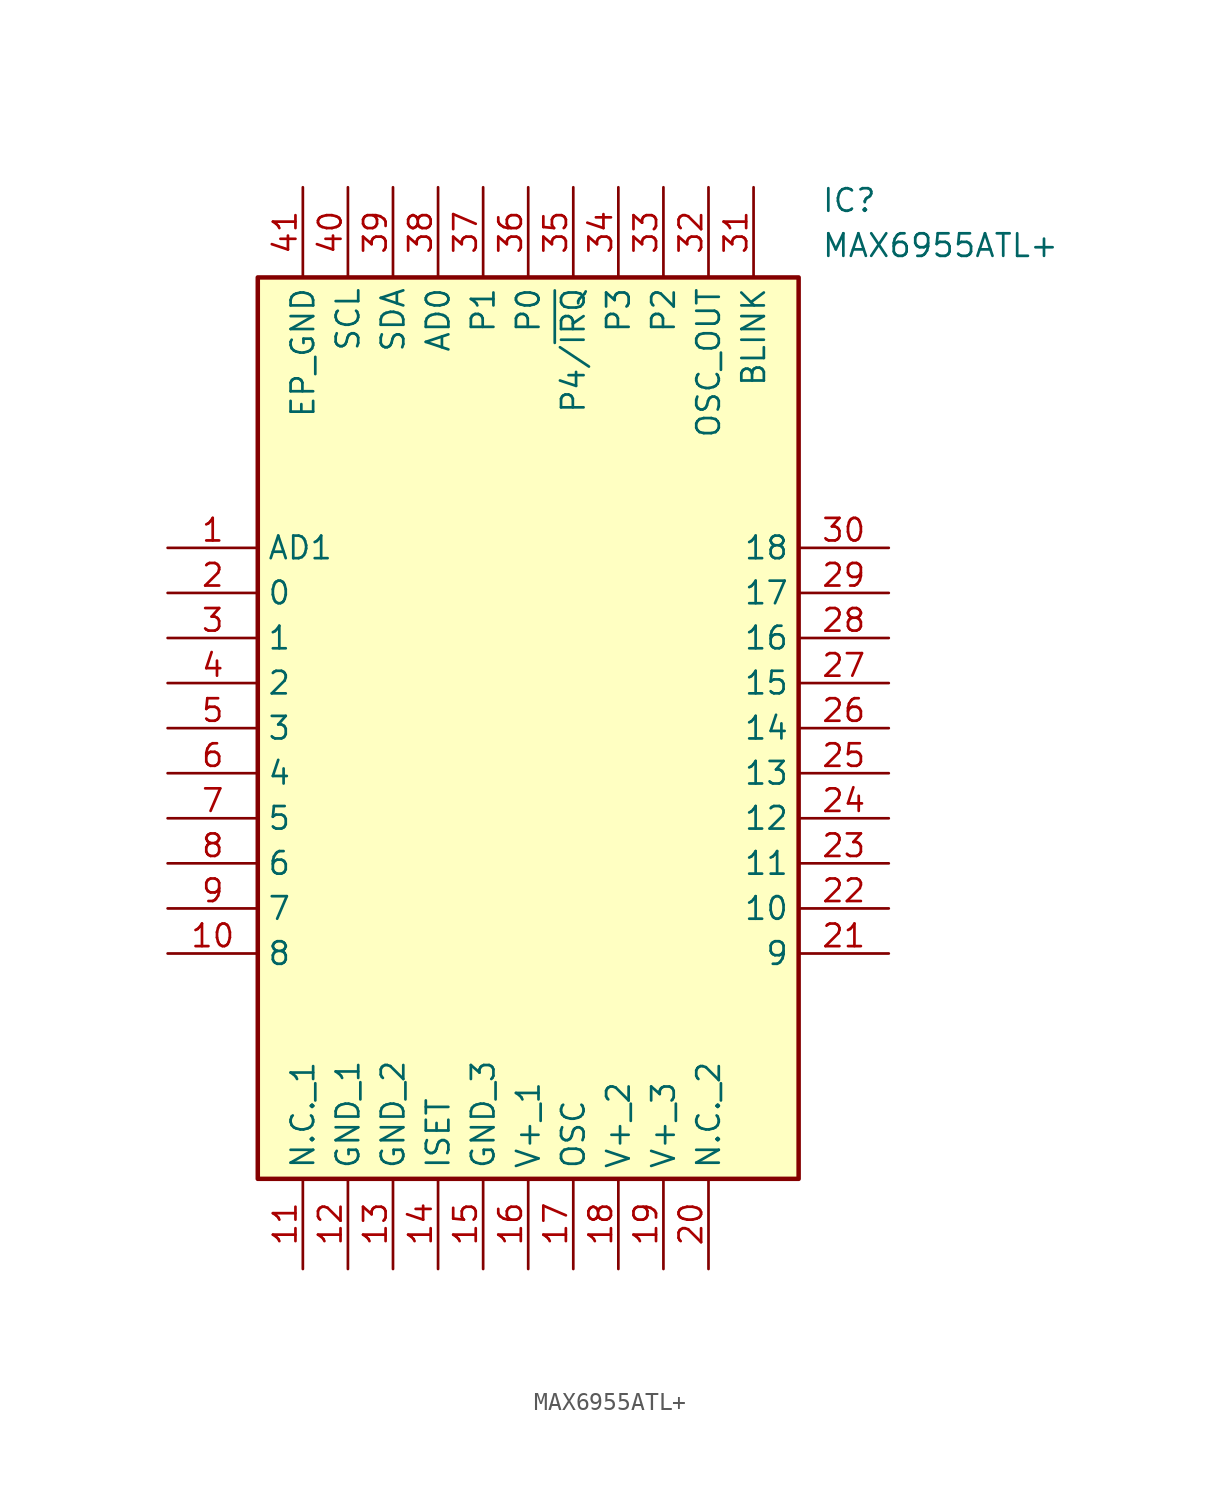
<source format=kicad_sym>
(kicad_symbol_lib
  (version 20211014)
  (generator SamacSys_ECAD_Model)
  (symbol "MAX6955ATL+"
    (property "Reference" "IC"
      (at 36.83 20.32 0)
      (effects (font (size 1.27 1.27)) (justify left top)))
    (property "Value" "MAX6955ATL+"
      (at 36.83 17.78 0)
      (effects (font (size 1.27 1.27)) (justify left top)))
    (rectangle
      (start 5.08 15.24)
      (end 35.56 -35.56)
      (stroke (width 0.254) (type default))
      (fill (type background)))
    (pin passive line
      (at 0 0 0)
      (length 5.08)
      (name "AD1" (effects (font (size 1.27 1.27))))
      (number "1" (effects (font (size 1.27 1.27)))))
    (pin passive line
      (at 0 -2.54 0)
      (length 5.08)
      (name "0" (effects (font (size 1.27 1.27))))
      (number "2" (effects (font (size 1.27 1.27)))))
    (pin passive line
      (at 0 -5.08 0)
      (length 5.08)
      (name "1" (effects (font (size 1.27 1.27))))
      (number "3" (effects (font (size 1.27 1.27)))))
    (pin passive line
      (at 0 -7.62 0)
      (length 5.08)
      (name "2" (effects (font (size 1.27 1.27))))
      (number "4" (effects (font (size 1.27 1.27)))))
    (pin passive line
      (at 0 -10.16 0)
      (length 5.08)
      (name "3" (effects (font (size 1.27 1.27))))
      (number "5" (effects (font (size 1.27 1.27)))))
    (pin passive line
      (at 0 -12.7 0)
      (length 5.08)
      (name "4" (effects (font (size 1.27 1.27))))
      (number "6" (effects (font (size 1.27 1.27)))))
    (pin passive line
      (at 0 -15.24 0)
      (length 5.08)
      (name "5" (effects (font (size 1.27 1.27))))
      (number "7" (effects (font (size 1.27 1.27)))))
    (pin passive line
      (at 0 -17.78 0)
      (length 5.08)
      (name "6" (effects (font (size 1.27 1.27))))
      (number "8" (effects (font (size 1.27 1.27)))))
    (pin passive line
      (at 0 -20.32 0)
      (length 5.08)
      (name "7" (effects (font (size 1.27 1.27))))
      (number "9" (effects (font (size 1.27 1.27)))))
    (pin passive line
      (at 0 -22.86 0)
      (length 5.08)
      (name "8" (effects (font (size 1.27 1.27))))
      (number "10" (effects (font (size 1.27 1.27)))))
    (pin passive line
      (at 7.62 -40.64 90)
      (length 5.08)
      (name "N.C._1" (effects (font (size 1.27 1.27))))
      (number "11" (effects (font (size 1.27 1.27)))))
    (pin power_in line
      (at 10.16 -40.64 90)
      (length 5.08)
      (name "GND_1" (effects (font (size 1.27 1.27))))
      (number "12" (effects (font (size 1.27 1.27)))))
    (pin power_in line
      (at 12.7 -40.64 90)
      (length 5.08)
      (name "GND_2" (effects (font (size 1.27 1.27))))
      (number "13" (effects (font (size 1.27 1.27)))))
    (pin passive line
      (at 15.24 -40.64 90)
      (length 5.08)
      (name "ISET" (effects (font (size 1.27 1.27))))
      (number "14" (effects (font (size 1.27 1.27)))))
    (pin power_in line
      (at 17.78 -40.64 90)
      (length 5.08)
      (name "GND_3" (effects (font (size 1.27 1.27))))
      (number "15" (effects (font (size 1.27 1.27)))))
    (pin passive line
      (at 20.32 -40.64 90)
      (length 5.08)
      (name "V+_1" (effects (font (size 1.27 1.27))))
      (number "16" (effects (font (size 1.27 1.27)))))
    (pin passive line
      (at 22.86 -40.64 90)
      (length 5.08)
      (name "OSC" (effects (font (size 1.27 1.27))))
      (number "17" (effects (font (size 1.27 1.27)))))
    (pin passive line
      (at 25.4 -40.64 90)
      (length 5.08)
      (name "V+_2" (effects (font (size 1.27 1.27))))
      (number "18" (effects (font (size 1.27 1.27)))))
    (pin passive line
      (at 27.94 -40.64 90)
      (length 5.08)
      (name "V+_3" (effects (font (size 1.27 1.27))))
      (number "19" (effects (font (size 1.27 1.27)))))
    (pin passive line
      (at 30.48 -40.64 90)
      (length 5.08)
      (name "N.C._2" (effects (font (size 1.27 1.27))))
      (number "20" (effects (font (size 1.27 1.27)))))
    (pin passive line
      (at 40.64 0 180)
      (length 5.08)
      (name "18" (effects (font (size 1.27 1.27))))
      (number "30" (effects (font (size 1.27 1.27)))))
    (pin passive line
      (at 40.64 -2.54 180)
      (length 5.08)
      (name "17" (effects (font (size 1.27 1.27))))
      (number "29" (effects (font (size 1.27 1.27)))))
    (pin passive line
      (at 40.64 -5.08 180)
      (length 5.08)
      (name "16" (effects (font (size 1.27 1.27))))
      (number "28" (effects (font (size 1.27 1.27)))))
    (pin passive line
      (at 40.64 -7.62 180)
      (length 5.08)
      (name "15" (effects (font (size 1.27 1.27))))
      (number "27" (effects (font (size 1.27 1.27)))))
    (pin passive line
      (at 40.64 -10.16 180)
      (length 5.08)
      (name "14" (effects (font (size 1.27 1.27))))
      (number "26" (effects (font (size 1.27 1.27)))))
    (pin passive line
      (at 40.64 -12.7 180)
      (length 5.08)
      (name "13" (effects (font (size 1.27 1.27))))
      (number "25" (effects (font (size 1.27 1.27)))))
    (pin passive line
      (at 40.64 -15.24 180)
      (length 5.08)
      (name "12" (effects (font (size 1.27 1.27))))
      (number "24" (effects (font (size 1.27 1.27)))))
    (pin passive line
      (at 40.64 -17.78 180)
      (length 5.08)
      (name "11" (effects (font (size 1.27 1.27))))
      (number "23" (effects (font (size 1.27 1.27)))))
    (pin passive line
      (at 40.64 -20.32 180)
      (length 5.08)
      (name "10" (effects (font (size 1.27 1.27))))
      (number "22" (effects (font (size 1.27 1.27)))))
    (pin passive line
      (at 40.64 -22.86 180)
      (length 5.08)
      (name "9" (effects (font (size 1.27 1.27))))
      (number "21" (effects (font (size 1.27 1.27)))))
    (pin power_in line
      (at 7.62 20.32 270)
      (length 5.08)
      (name "EP_GND" (effects (font (size 1.27 1.27))))
      (number "41" (effects (font (size 1.27 1.27)))))
    (pin passive line
      (at 10.16 20.32 270)
      (length 5.08)
      (name "SCL" (effects (font (size 1.27 1.27))))
      (number "40" (effects (font (size 1.27 1.27)))))
    (pin passive line
      (at 12.7 20.32 270)
      (length 5.08)
      (name "SDA" (effects (font (size 1.27 1.27))))
      (number "39" (effects (font (size 1.27 1.27)))))
    (pin passive line
      (at 15.24 20.32 270)
      (length 5.08)
      (name "AD0" (effects (font (size 1.27 1.27))))
      (number "38" (effects (font (size 1.27 1.27)))))
    (pin passive line
      (at 17.78 20.32 270)
      (length 5.08)
      (name "P1" (effects (font (size 1.27 1.27))))
      (number "37" (effects (font (size 1.27 1.27)))))
    (pin passive line
      (at 20.32 20.32 270)
      (length 5.08)
      (name "P0" (effects (font (size 1.27 1.27))))
      (number "36" (effects (font (size 1.27 1.27)))))
    (pin passive line
      (at 22.86 20.32 270)
      (length 5.08)
      (name "P4/~{IRQ}" (effects (font (size 1.27 1.27))))
      (number "35" (effects (font (size 1.27 1.27)))))
    (pin passive line
      (at 25.4 20.32 270)
      (length 5.08)
      (name "P3" (effects (font (size 1.27 1.27))))
      (number "34" (effects (font (size 1.27 1.27)))))
    (pin passive line
      (at 27.94 20.32 270)
      (length 5.08)
      (name "P2" (effects (font (size 1.27 1.27))))
      (number "33" (effects (font (size 1.27 1.27)))))
    (pin output line
      (at 30.48 20.32 270)
      (length 5.08)
      (name "OSC_OUT" (effects (font (size 1.27 1.27))))
      (number "32" (effects (font (size 1.27 1.27)))))
    (pin input line
      (at 33.02 20.32 270)
      (length 5.08)
      (name "BLINK" (effects (font (size 1.27 1.27))))
      (number "31" (effects (font (size 1.27 1.27)))))))
</source>
